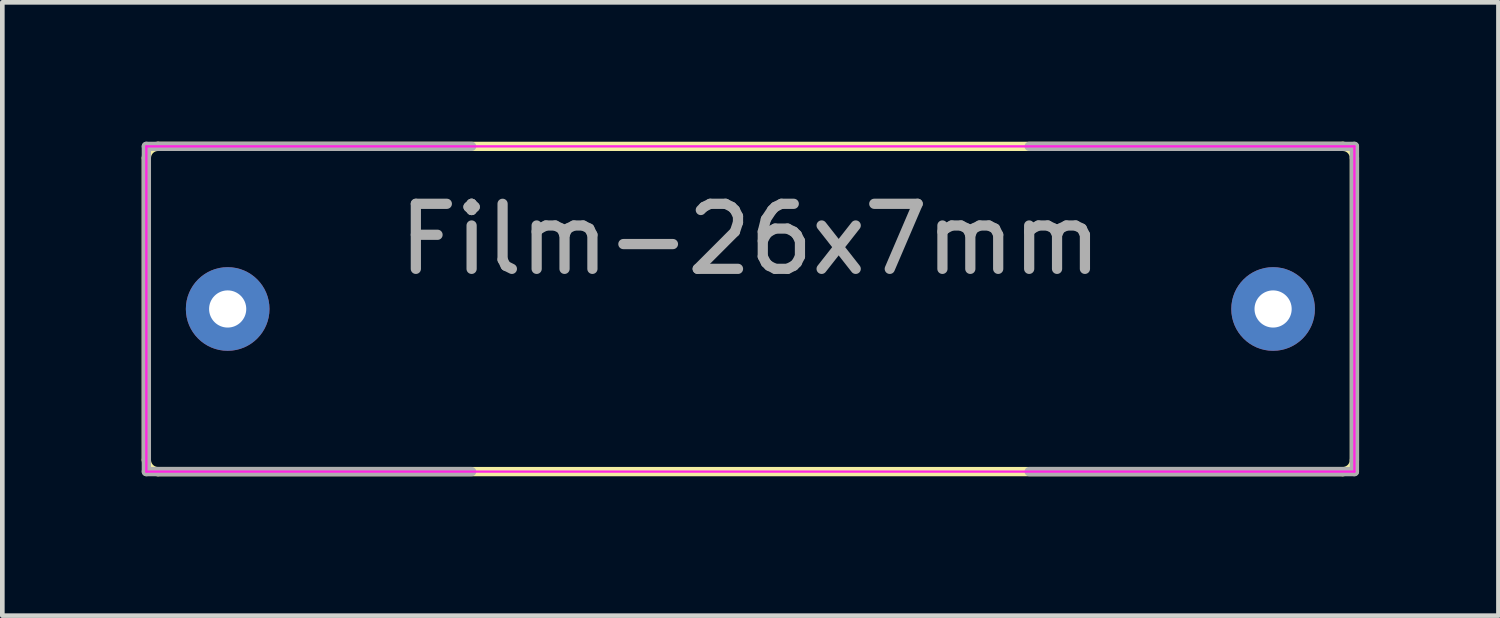
<source format=kicad_pcb>
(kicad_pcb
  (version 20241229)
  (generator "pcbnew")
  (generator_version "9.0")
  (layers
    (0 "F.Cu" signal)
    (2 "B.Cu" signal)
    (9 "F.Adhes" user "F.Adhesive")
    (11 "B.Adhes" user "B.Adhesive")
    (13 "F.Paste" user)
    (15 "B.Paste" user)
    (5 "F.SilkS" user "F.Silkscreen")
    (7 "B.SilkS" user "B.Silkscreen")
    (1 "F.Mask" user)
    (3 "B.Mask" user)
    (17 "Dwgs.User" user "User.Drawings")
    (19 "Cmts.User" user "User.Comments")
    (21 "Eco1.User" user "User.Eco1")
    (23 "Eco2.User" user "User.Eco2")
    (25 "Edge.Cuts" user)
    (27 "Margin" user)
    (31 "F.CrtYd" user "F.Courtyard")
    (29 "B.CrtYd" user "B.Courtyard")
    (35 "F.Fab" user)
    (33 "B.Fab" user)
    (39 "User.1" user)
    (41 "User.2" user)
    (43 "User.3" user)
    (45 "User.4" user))
  (footprint "Film-26x7mm"
    (layer "F.Cu")
    (at 13.1 3.6)
    (property "Reference" "Film-26x7mm" (at 0 -1.5 0) (layer "F.Fab") (effects (font (size 1.4 1.4) (thickness 0.22))))
    (attr through_hole)
    (fp_line (start -13 3.25) (end -13 -3.25) (stroke (width 0.2) (type solid)) (layer "F.SilkS"))
    (fp_line (start 12.75 -3.5) (end -12.75 -3.5) (stroke (width 0.2) (type solid)) (layer "F.SilkS"))
    (fp_line (start 12.75 3.5) (end -12.75 3.5) (stroke (width 0.2) (type solid)) (layer "F.SilkS"))
    (fp_line (start 13 3.25) (end 13 -3.25) (stroke (width 0.2) (type solid)) (layer "F.SilkS"))
    (fp_arc (start -13 -3.25) (mid -12.926777 -3.426777) (end -12.75 -3.5) (stroke (width 0.2) (type solid)) (layer "F.SilkS"))
    (fp_arc (start -12.75 3.5) (mid -12.926777 3.426777) (end -13 3.25) (stroke (width 0.2) (type solid)) (layer "F.SilkS"))
    (fp_arc (start 12.75 -3.5) (mid 12.926777 -3.426777) (end 13 -3.25) (stroke (width 0.2) (type solid)) (layer "F.SilkS"))
    (fp_arc (start 13 3.25) (mid 12.926777 3.426777) (end 12.75 3.5) (stroke (width 0.2) (type solid)) (layer "F.SilkS"))
    (fp_line (start -13 -3.5) (end -13 3.5) (stroke (width 0.05) (type solid)) (layer "F.CrtYd"))
    (fp_line (start -13 -3.5) (end 13 -3.5) (stroke (width 0.05) (type solid)) (layer "F.CrtYd"))
    (fp_line (start -13 3.5) (end 13 3.5) (stroke (width 0.05) (type solid)) (layer "F.CrtYd"))
    (fp_line (start 13 -3.5) (end 13 3.5) (stroke (width 0.05) (type solid)) (layer "F.CrtYd"))
    (fp_line (start -13 -3.5) (end -13 3.5) (stroke (width 0.2) (type solid)) (layer "F.Fab"))
    (fp_line (start -13 -3.5) (end -6 -3.5) (stroke (width 0.2) (type solid)) (layer "F.Fab"))
    (fp_line (start -13 3.5) (end -6 3.5) (stroke (width 0.2) (type solid)) (layer "F.Fab"))
    (fp_line (start 6 -3.5) (end 13 -3.5) (stroke (width 0.2) (type solid)) (layer "F.Fab"))
    (fp_line (start 6 3.5) (end 13 3.5) (stroke (width 0.2) (type solid)) (layer "F.Fab"))
    (fp_line (start 13 -3.5) (end 13 3.5) (stroke (width 0.2) (type solid)) (layer "F.Fab"))
    (pad "1" thru_hole circle (at -11.25 0) (size 1.8 1.8) (drill 0.8) (layers "*.Cu" "*.Mask"))
    (pad "2" thru_hole circle (at 11.25 0) (size 1.8 1.8) (drill 0.8) (layers "*.Cu" "*.Mask")))
  (gr_rect
    (start -3 -3)
    (end 29.2 10.2)
    (stroke (width 0.1) (type default))
    (fill no)
    (layer "Edge.Cuts")))
</source>
